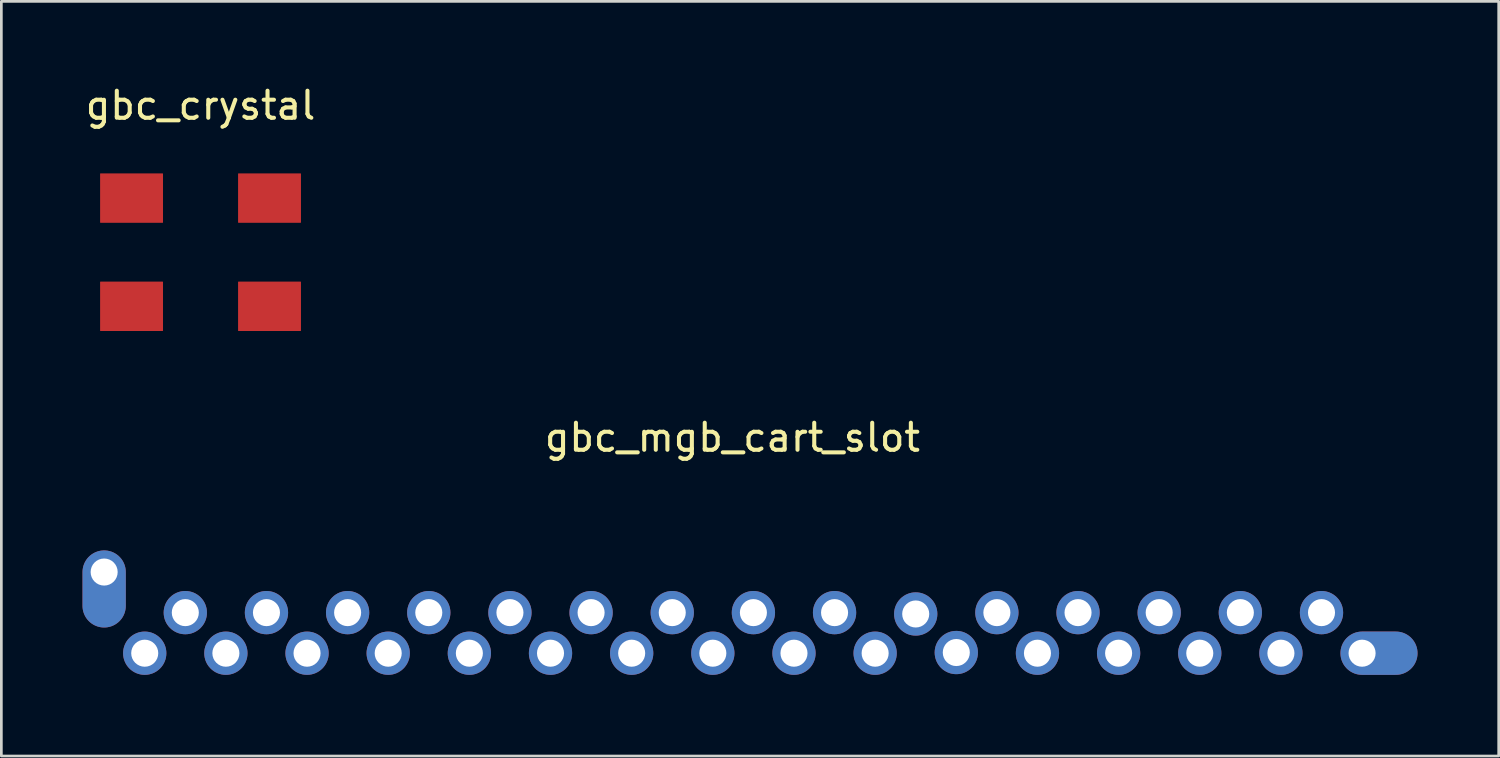
<source format=kicad_pcb>
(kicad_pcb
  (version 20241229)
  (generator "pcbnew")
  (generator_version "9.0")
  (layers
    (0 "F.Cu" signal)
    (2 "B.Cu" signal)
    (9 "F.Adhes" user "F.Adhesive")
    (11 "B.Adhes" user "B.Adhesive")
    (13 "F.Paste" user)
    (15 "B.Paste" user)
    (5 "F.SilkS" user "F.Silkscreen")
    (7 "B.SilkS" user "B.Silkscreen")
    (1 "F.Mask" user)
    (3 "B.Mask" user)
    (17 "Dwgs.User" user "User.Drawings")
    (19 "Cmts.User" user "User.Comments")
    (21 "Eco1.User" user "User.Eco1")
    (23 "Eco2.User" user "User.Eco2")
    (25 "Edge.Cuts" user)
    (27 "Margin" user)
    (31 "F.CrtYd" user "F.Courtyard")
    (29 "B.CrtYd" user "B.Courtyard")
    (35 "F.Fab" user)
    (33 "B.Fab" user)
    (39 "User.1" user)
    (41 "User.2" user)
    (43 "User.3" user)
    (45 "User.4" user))
  (footprint "gbc_crystal"
    (layer "F.Cu")
    (at 4.363 6.273)
    (property "Reference" "gbc_crystal" (at 0 -5.425 0) (unlocked yes) (layer "F.SilkS") (effects (font (size 1 1) (thickness 0.15))))
    (attr smd)
    (fp_poly (pts (xy -3.7 -1.1) (xy -3.7 -2.9) (xy -1.4 -2.9) (xy -1.4 -1.1)) (stroke (width 0.2) (type solid)) (fill yes) (layer "F.Mask"))
    (fp_poly (pts (xy -3.7 2.9) (xy -3.7 1.1) (xy -1.4 1.1) (xy -1.4 2.9)) (stroke (width 0.2) (type solid)) (fill yes) (layer "F.Mask"))
    (fp_poly (pts (xy 3.7 -2.9) (xy 1.4 -2.9) (xy 1.4 -1.1) (xy 3.7 -1.1)) (stroke (width 0.2) (type solid)) (fill yes) (layer "F.Mask"))
    (fp_poly (pts (xy 3.7 1.1) (xy 1.4 1.1) (xy 1.4 2.9) (xy 3.7 2.9)) (stroke (width 0.2) (type solid)) (fill yes) (layer "F.Mask"))
    (pad "1" smd custom (at -2.616 -2.032) (size 1.016 1.016) (layers "F.Cu" "F.Paste") (options (anchor circle)) (primitives (gr_poly (pts (xy -0.648 -0.254) (xy -0.628 -0.351) (xy -0.573 -0.434) (xy -0.491 -0.489) (xy -0.394 -0.508) (xy 0.394 -0.508) (xy 0.491 -0.489) (xy 0.573 -0.434) (xy 0.628 -0.351) (xy 0.648 -0.254) (xy 0.648 0.254) (xy 0.628 0.351) (xy 0.573 0.434) (xy 0.491 0.489) (xy 0.394 0.508) (xy -0.394 0.508) (xy -0.491 0.489) (xy -0.573 0.434) (xy -0.628 0.351) (xy -0.648 0.254)) (width 0) (fill yes)) (gr_poly (pts (xy -1.084 0.932) (xy -1.084 -0.868) (xy 1.216 -0.868) (xy 1.216 0.932)) (width 0.025) (fill yes))))
    (pad "1" smd custom (at -2.591 2.057) (size 0.94 0.94) (layers "F.Cu" "F.Paste") (options (anchor circle)) (primitives (gr_poly (pts (xy -0.597 -0.235) (xy -0.579 -0.325) (xy -0.528 -0.401) (xy -0.452 -0.452) (xy -0.362 -0.47) (xy 0.362 -0.47) (xy 0.452 -0.452) (xy 0.528 -0.401) (xy 0.579 -0.325) (xy 0.597 -0.235) (xy 0.597 0.235) (xy 0.579 0.325) (xy 0.528 0.401) (xy 0.452 0.452) (xy 0.362 0.47) (xy -0.362 0.47) (xy -0.452 0.452) (xy -0.528 0.401) (xy -0.579 0.325) (xy -0.597 0.235)) (width 0) (fill yes)) (gr_poly (pts (xy -1.109 0.843) (xy -1.109 -0.957) (xy 1.191 -0.957) (xy 1.191 0.843)) (width 0.025) (fill yes))))
    (pad "2" smd custom (at 2.565 1.956) (size 1.067 1.067) (layers "F.Cu" "F.Paste") (options (anchor circle)) (primitives (gr_poly (pts (xy -0.699 -0.267) (xy -0.678 -0.369) (xy -0.62 -0.455) (xy -0.534 -0.513) (xy -0.432 -0.533) (xy 0.432 -0.533) (xy 0.534 -0.513) (xy 0.62 -0.455) (xy 0.678 -0.369) (xy 0.699 -0.267) (xy 0.699 0.267) (xy 0.678 0.369) (xy 0.62 0.455) (xy 0.534 0.513) (xy 0.432 0.533) (xy -0.432 0.533) (xy -0.534 0.513) (xy -0.62 0.455) (xy -0.678 0.369) (xy -0.699 0.267)) (width 0) (fill yes)) (gr_poly (pts (xy 1.135 -0.856) (xy -1.165 -0.856) (xy -1.165 0.944) (xy 1.135 0.944)) (width 0.025) (fill yes))))
    (pad "2" smd custom (at 2.616 -2.007) (size 1.067 1.067) (layers "F.Cu" "F.Paste") (options (anchor circle)) (primitives (gr_poly (pts (xy -0.673 -0.267) (xy -0.653 -0.369) (xy -0.595 -0.455) (xy -0.508 -0.513) (xy -0.406 -0.533) (xy 0.406 -0.533) (xy 0.508 -0.513) (xy 0.595 -0.455) (xy 0.653 -0.369) (xy 0.673 -0.267) (xy 0.673 0.267) (xy 0.653 0.369) (xy 0.595 0.455) (xy 0.508 0.513) (xy 0.406 0.533) (xy -0.406 0.533) (xy -0.508 0.513) (xy -0.595 0.455) (xy -0.653 0.369) (xy -0.673 0.267)) (width 0) (fill yes)) (gr_poly (pts (xy 1.084 -0.893) (xy -1.216 -0.893) (xy -1.216 0.907) (xy 1.084 0.907)) (width 0.025) (fill yes)))))
  (footprint "gbc_mgb_cart_slot"
    (layer "F.Cu")
    (at 24.05 21.096)
    (property "Reference" "gbc_mgb_cart_slot" (at -0.025 -7.975 0) (unlocked yes) (layer "F.SilkS") (effects (font (size 1 1) (thickness 0.15))))
    (attr through_hole)
    (pad "1" thru_hole oval (at 23.25 0) (size 2.85 1.6) (drill 1 (offset 0.625 0)) (layers "*.Cu" "*.Mask"))
    (pad "2" thru_hole circle (at 21.75 -1.5) (size 1.6 1.6) (drill 1) (layers "*.Cu" "*.Mask"))
    (pad "3" thru_hole circle (at 20.25 0) (size 1.6 1.6) (drill 1) (layers "*.Cu" "*.Mask"))
    (pad "4" thru_hole circle (at 18.75 -1.5) (size 1.6 1.6) (drill 1) (layers "*.Cu" "*.Mask"))
    (pad "5" thru_hole circle (at 17.25 0) (size 1.6 1.6) (drill 1) (layers "*.Cu" "*.Mask"))
    (pad "6" thru_hole circle (at 15.75 -1.5) (size 1.6 1.6) (drill 1) (layers "*.Cu" "*.Mask"))
    (pad "7" thru_hole circle (at 14.25 0) (size 1.6 1.6) (drill 1) (layers "*.Cu" "*.Mask"))
    (pad "8" thru_hole circle (at 12.75 -1.5) (size 1.6 1.6) (drill 1) (layers "*.Cu" "*.Mask"))
    (pad "9" thru_hole circle (at 11.25 0) (size 1.6 1.6) (drill 1) (layers "*.Cu" "*.Mask"))
    (pad "10" thru_hole circle (at 9.75 -1.5) (size 1.6 1.6) (drill 1) (layers "*.Cu" "*.Mask"))
    (pad "11" thru_hole circle (at 8.25 -0.025) (size 1.6 1.6) (drill 1) (layers "*.Cu" "*.Mask"))
    (pad "12" thru_hole circle (at 6.75 -1.45) (size 1.6 1.6) (drill 1) (layers "*.Cu" "*.Mask"))
    (pad "13" thru_hole circle (at 5.25 0) (size 1.6 1.6) (drill 1) (layers "*.Cu" "*.Mask"))
    (pad "14" thru_hole circle (at 3.75 -1.5) (size 1.6 1.6) (drill 1) (layers "*.Cu" "*.Mask"))
    (pad "15" thru_hole circle (at 2.25 0) (size 1.6 1.6) (drill 1) (layers "*.Cu" "*.Mask"))
    (pad "16" thru_hole circle (at 0.75 -1.5) (size 1.6 1.6) (drill 1) (layers "*.Cu" "*.Mask"))
    (pad "17" thru_hole circle (at -0.75 0) (size 1.6 1.6) (drill 1) (layers "*.Cu" "*.Mask"))
    (pad "18" thru_hole circle (at -2.25 -1.5) (size 1.6 1.6) (drill 1) (layers "*.Cu" "*.Mask"))
    (pad "19" thru_hole circle (at -3.75 0) (size 1.6 1.6) (drill 1) (layers "*.Cu" "*.Mask"))
    (pad "20" thru_hole circle (at -5.25 -1.5) (size 1.6 1.6) (drill 1) (layers "*.Cu" "*.Mask"))
    (pad "21" thru_hole circle (at -6.75 0) (size 1.6 1.6) (drill 1) (layers "*.Cu" "*.Mask"))
    (pad "22" thru_hole circle (at -8.25 -1.5) (size 1.6 1.6) (drill 1) (layers "*.Cu" "*.Mask"))
    (pad "23" thru_hole circle (at -9.75 0) (size 1.6 1.6) (drill 1) (layers "*.Cu" "*.Mask"))
    (pad "24" thru_hole circle (at -11.25 -1.5) (size 1.6 1.6) (drill 1) (layers "*.Cu" "*.Mask"))
    (pad "25" thru_hole circle (at -12.75 0) (size 1.6 1.6) (drill 1) (layers "*.Cu" "*.Mask"))
    (pad "26" thru_hole circle (at -14.25 -1.5) (size 1.6 1.6) (drill 1) (layers "*.Cu" "*.Mask"))
    (pad "27" thru_hole circle (at -15.75 0) (size 1.6 1.6) (drill 1) (layers "*.Cu" "*.Mask"))
    (pad "28" thru_hole circle (at -17.25 -1.5) (size 1.6 1.6) (drill 1) (layers "*.Cu" "*.Mask"))
    (pad "29" thru_hole circle (at -18.75 0) (size 1.6 1.6) (drill 1) (layers "*.Cu" "*.Mask"))
    (pad "30" thru_hole circle (at -20.25 -1.5) (size 1.6 1.6) (drill 1) (layers "*.Cu" "*.Mask"))
    (pad "31" thru_hole circle (at -21.75 0) (size 1.6 1.6) (drill 1) (layers "*.Cu" "*.Mask"))
    (pad "32" thru_hole oval (at -23.25 -3) (size 1.6 2.85) (drill 1 (offset 0 0.625)) (layers "*.Cu" "*.Mask")))
  (gr_rect
    (start -3 -3)
    (end 52.35 24.896)
    (stroke (width 0.1) (type default))
    (fill no)
    (layer "Edge.Cuts")))
</source>
